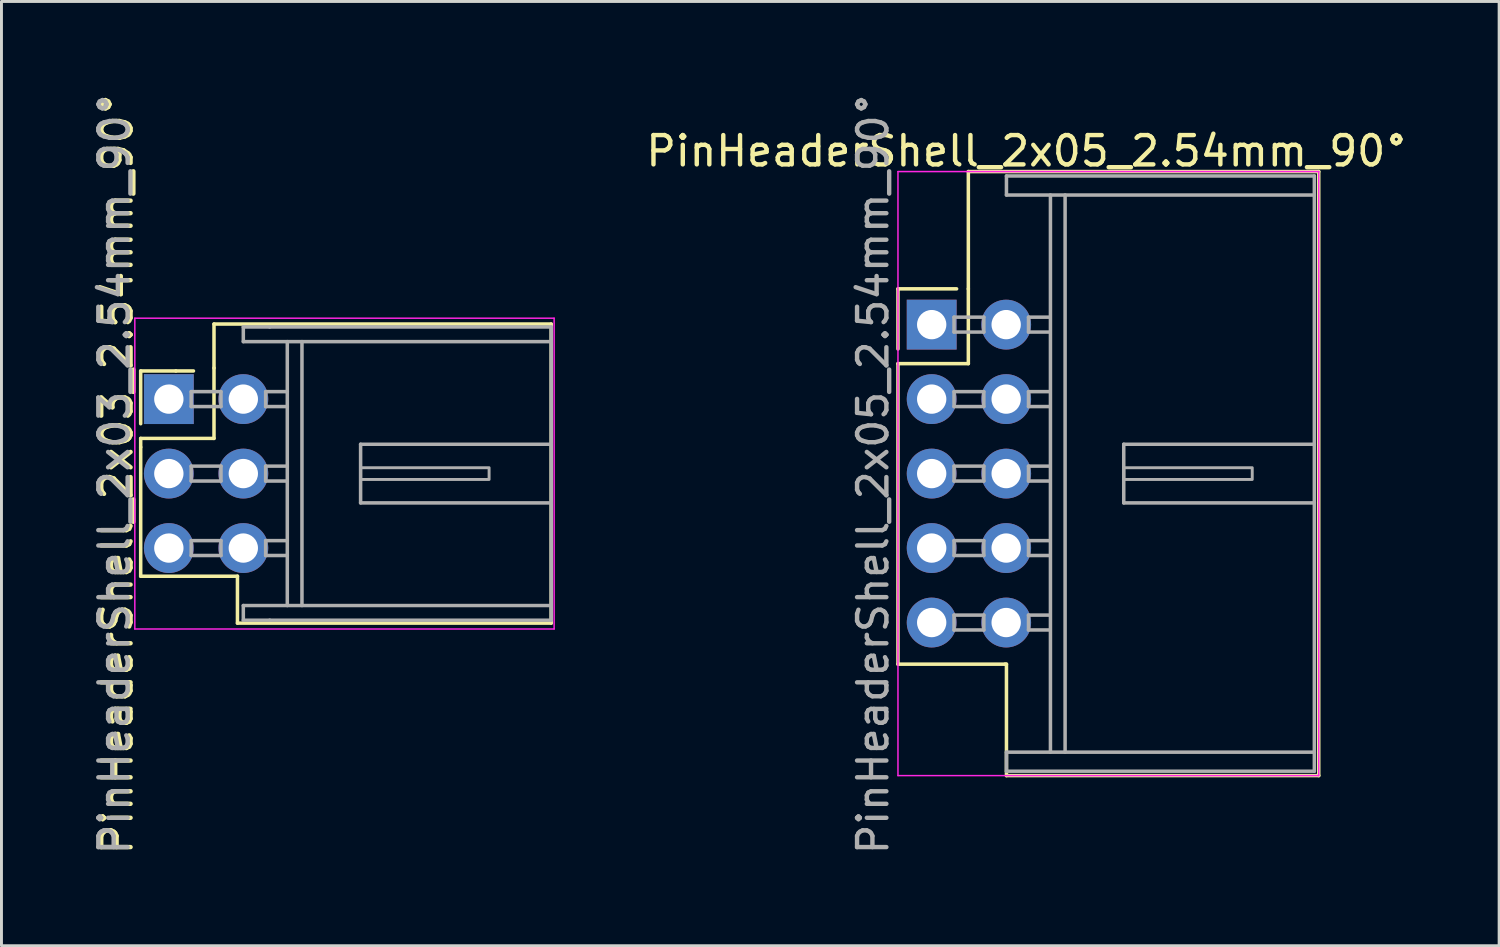
<source format=kicad_pcb>
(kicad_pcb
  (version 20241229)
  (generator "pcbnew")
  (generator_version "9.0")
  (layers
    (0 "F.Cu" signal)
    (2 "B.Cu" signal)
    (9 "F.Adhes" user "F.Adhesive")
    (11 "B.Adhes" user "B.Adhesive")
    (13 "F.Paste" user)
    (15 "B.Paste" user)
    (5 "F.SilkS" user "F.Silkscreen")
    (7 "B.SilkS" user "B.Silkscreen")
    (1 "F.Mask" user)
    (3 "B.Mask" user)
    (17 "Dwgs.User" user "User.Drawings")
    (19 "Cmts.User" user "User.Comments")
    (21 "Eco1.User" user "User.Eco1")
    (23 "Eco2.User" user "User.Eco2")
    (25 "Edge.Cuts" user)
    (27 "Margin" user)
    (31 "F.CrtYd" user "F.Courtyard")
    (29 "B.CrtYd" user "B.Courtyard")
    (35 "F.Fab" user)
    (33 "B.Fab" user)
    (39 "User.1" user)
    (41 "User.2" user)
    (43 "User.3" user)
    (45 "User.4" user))
  (footprint "PinHeaderShell_2x03_2.54mm_90°"
    (layer "F.Cu")
    (at 2.708 10.561)
    (property "Reference" "PinHeaderShell_2x03_2.54mm_90°" (at -1.76 2.54 90) (layer "F.SilkS") (effects (font (size 1 1) (thickness 0.15))))
    (attr through_hole)
    (fp_line (start -0.96 -0.96) (end -0.96 0.84) (stroke (width 0.12) (type solid)) (layer "F.SilkS"))
    (fp_line (start -0.96 1.34) (end -0.96 1.64) (stroke (width 0.12) (type solid)) (layer "F.SilkS"))
    (fp_line (start -0.96 1.64) (end -0.96 6.04) (stroke (width 0.12) (type solid)) (layer "F.SilkS"))
    (fp_line (start -0.96 6.04) (end 2.34 6.04) (stroke (width 0.12) (type solid)) (layer "F.SilkS"))
    (fp_line (start 0.24 -0.96) (end -0.96 -0.96) (stroke (width 0.12) (type solid)) (layer "F.SilkS"))
    (fp_line (start 0.24 -0.96) (end 0.84 -0.96) (stroke (width 0.12) (type solid)) (layer "F.SilkS"))
    (fp_line (start 1.54 -2.56) (end 1.54 -1.06) (stroke (width 0.12) (type solid)) (layer "F.SilkS"))
    (fp_line (start 1.54 -1.06) (end 1.54 1.34) (stroke (width 0.12) (type solid)) (layer "F.SilkS"))
    (fp_line (start 1.54 1.34) (end -0.96 1.34) (stroke (width 0.12) (type solid)) (layer "F.SilkS"))
    (fp_line (start 2.34 6.04) (end 2.34 7.64) (stroke (width 0.12) (type solid)) (layer "F.SilkS"))
    (fp_line (start 2.34 7.64) (end 13.04 7.64) (stroke (width 0.12) (type solid)) (layer "F.SilkS"))
    (fp_line (start 13.04 -2.56) (end 1.54 -2.56) (stroke (width 0.12) (type solid)) (layer "F.SilkS"))
    (fp_line (start 13.04 7.64) (end 13.04 -2.56) (stroke (width 0.12) (type solid)) (layer "F.SilkS"))
    (fp_line (start -1.16 -2.76) (end -1.16 7.84) (stroke (width 0.05) (type solid)) (layer "F.CrtYd"))
    (fp_line (start -1.16 7.84) (end 13.14 7.84) (stroke (width 0.05) (type solid)) (layer "F.CrtYd"))
    (fp_line (start 13.14 -2.76) (end -1.16 -2.76) (stroke (width 0.05) (type solid)) (layer "F.CrtYd"))
    (fp_line (start 13.14 7.84) (end 13.14 -2.76) (stroke (width 0.05) (type solid)) (layer "F.CrtYd"))
    (fp_line (start 0.762 -0.254) (end 0.762 0.254) (stroke (width 0.12) (type solid)) (layer "F.Fab"))
    (fp_line (start 0.762 0.254) (end 1.778 0.254) (stroke (width 0.12) (type solid)) (layer "F.Fab"))
    (fp_line (start 0.762 2.286) (end 0.762 2.794) (stroke (width 0.12) (type solid)) (layer "F.Fab"))
    (fp_line (start 0.762 2.794) (end 1.778 2.794) (stroke (width 0.12) (type solid)) (layer "F.Fab"))
    (fp_line (start 0.762 4.826) (end 0.762 5.334) (stroke (width 0.12) (type solid)) (layer "F.Fab"))
    (fp_line (start 0.762 5.334) (end 1.778 5.334) (stroke (width 0.12) (type solid)) (layer "F.Fab"))
    (fp_line (start 1.778 -0.254) (end 0.762 -0.254) (stroke (width 0.12) (type solid)) (layer "F.Fab"))
    (fp_line (start 1.778 0.254) (end 1.778 -0.254) (stroke (width 0.12) (type solid)) (layer "F.Fab"))
    (fp_line (start 1.778 2.286) (end 0.762 2.286) (stroke (width 0.12) (type solid)) (layer "F.Fab"))
    (fp_line (start 1.778 2.794) (end 1.778 2.286) (stroke (width 0.12) (type solid)) (layer "F.Fab"))
    (fp_line (start 1.778 4.826) (end 0.762 4.826) (stroke (width 0.12) (type solid)) (layer "F.Fab"))
    (fp_line (start 1.778 5.334) (end 1.778 4.826) (stroke (width 0.12) (type solid)) (layer "F.Fab"))
    (fp_line (start 2.54 -2.46) (end 3.44 -2.46) (stroke (width 0.12) (type solid)) (layer "F.Fab"))
    (fp_line (start 2.54 -1.96) (end 2.54 -2.46) (stroke (width 0.12) (type solid)) (layer "F.Fab"))
    (fp_line (start 2.54 7.04) (end 2.54 7.54) (stroke (width 0.12) (type solid)) (layer "F.Fab"))
    (fp_line (start 2.54 7.04) (end 13.04 7.04) (stroke (width 0.12) (type solid)) (layer "F.Fab"))
    (fp_line (start 2.54 7.54) (end 3.44 7.54) (stroke (width 0.12) (type solid)) (layer "F.Fab"))
    (fp_line (start 3.302 -0.254) (end 3.302 0.254) (stroke (width 0.12) (type solid)) (layer "F.Fab"))
    (fp_line (start 3.302 0.254) (end 4.04 0.254) (stroke (width 0.12) (type solid)) (layer "F.Fab"))
    (fp_line (start 3.302 2.286) (end 3.302 2.794) (stroke (width 0.12) (type solid)) (layer "F.Fab"))
    (fp_line (start 3.302 2.794) (end 4.04 2.794) (stroke (width 0.12) (type solid)) (layer "F.Fab"))
    (fp_line (start 3.302 4.826) (end 3.302 5.334) (stroke (width 0.12) (type solid)) (layer "F.Fab"))
    (fp_line (start 3.302 5.334) (end 4.04 5.334) (stroke (width 0.12) (type solid)) (layer "F.Fab"))
    (fp_line (start 3.44 -2.46) (end 13.04 -2.46) (stroke (width 0.12) (type solid)) (layer "F.Fab"))
    (fp_line (start 4.04 -0.254) (end 3.302 -0.254) (stroke (width 0.12) (type solid)) (layer "F.Fab"))
    (fp_line (start 4.04 2.286) (end 3.302 2.286) (stroke (width 0.12) (type solid)) (layer "F.Fab"))
    (fp_line (start 4.04 4.826) (end 3.302 4.826) (stroke (width 0.12) (type solid)) (layer "F.Fab"))
    (fp_line (start 4.04 7.04) (end 4.04 -1.96) (stroke (width 0.12) (type solid)) (layer "F.Fab"))
    (fp_line (start 4.54 -1.96) (end 4.54 7.04) (stroke (width 0.12) (type solid)) (layer "F.Fab"))
    (fp_line (start 6.54 1.54) (end 6.54 3.54) (stroke (width 0.12) (type solid)) (layer "F.Fab"))
    (fp_line (start 6.54 3.54) (end 13.04 3.54) (stroke (width 0.12) (type solid)) (layer "F.Fab"))
    (fp_line (start 13.04 -2.46) (end 13.04 7.54) (stroke (width 0.12) (type solid)) (layer "F.Fab"))
    (fp_line (start 13.04 -1.96) (end 2.54 -1.96) (stroke (width 0.12) (type solid)) (layer "F.Fab"))
    (fp_line (start 13.04 1.54) (end 6.54 1.54) (stroke (width 0.12) (type solid)) (layer "F.Fab"))
    (fp_line (start 13.04 7.54) (end 3.44 7.54) (stroke (width 0.12) (type solid)) (layer "F.Fab"))
    (fp_poly (pts (xy 10.922 2.74) (xy 6.54 2.74) (xy 6.54 2.34) (xy 10.922 2.34)) (stroke (width 0.1) (type solid)) (fill no) (layer "F.Fab"))
    (fp_text user "${REFERENCE}" (at -1.86 2.54 90) (layer "F.Fab") (effects (font (size 1 1) (thickness 0.15))))
    (pad "1" thru_hole rect (at 0 0) (size 1.7 1.7) (drill 1) (layers "*.Cu" "*.Mask"))
    (pad "2" thru_hole oval (at 2.54 0) (size 1.7 1.7) (drill 1) (layers "*.Cu" "*.Mask"))
    (pad "3" thru_hole oval (at 0 2.54) (size 1.7 1.7) (drill 1) (layers "*.Cu" "*.Mask"))
    (pad "4" thru_hole oval (at 2.54 2.54) (size 1.7 1.7) (drill 1) (layers "*.Cu" "*.Mask"))
    (pad "5" thru_hole oval (at 0 5.08) (size 1.7 1.7) (drill 1) (layers "*.Cu" "*.Mask"))
    (pad "6" thru_hole oval (at 2.54 5.08) (size 1.7 1.7) (drill 1) (layers "*.Cu" "*.Mask")))
  (footprint "PinHeaderShell_2x05_2.54mm_90°"
    (layer "F.Cu")
    (at 28.724 13.101)
    (property "Reference" "PinHeaderShell_2x05_2.54mm_90°" (at 3.25 -11 180) (layer "F.SilkS") (effects (font (size 1 1) (thickness 0.15))))
    (attr through_hole)
    (fp_line (start -1.15 -6.3) (end -1.15 -4.25) (stroke (width 0.12) (type solid)) (layer "F.SilkS"))
    (fp_line (start -1.15 -3.75) (end -1.15 6.5) (stroke (width 0.12) (type solid)) (layer "F.SilkS"))
    (fp_line (start -1.15 6.5) (end 2.5 6.5) (stroke (width 0.12) (type solid)) (layer "F.SilkS"))
    (fp_line (start 0.85 -6.3) (end -1.15 -6.3) (stroke (width 0.12) (type solid)) (layer "F.SilkS"))
    (fp_line (start 1.25 -10.3) (end 1.25 -6.3) (stroke (width 0.12) (type solid)) (layer "F.SilkS"))
    (fp_line (start 1.25 -6.3) (end 1.25 -3.75) (stroke (width 0.12) (type solid)) (layer "F.SilkS"))
    (fp_line (start 1.25 -3.75) (end -1.15 -3.75) (stroke (width 0.12) (type solid)) (layer "F.SilkS"))
    (fp_line (start 2.5 6.5) (end 2.55 6.5) (stroke (width 0.12) (type solid)) (layer "F.SilkS"))
    (fp_line (start 2.55 6.5) (end 2.55 10.3) (stroke (width 0.12) (type solid)) (layer "F.SilkS"))
    (fp_line (start 2.55 10.3) (end 13.2 10.3) (stroke (width 0.12) (type solid)) (layer "F.SilkS"))
    (fp_line (start 13.2 -10.3) (end 1.25 -10.3) (stroke (width 0.12) (type solid)) (layer "F.SilkS"))
    (fp_line (start 13.2 10.3) (end 13.2 -10.3) (stroke (width 0.12) (type solid)) (layer "F.SilkS"))
    (fp_line (start -1.15 -10.3) (end -1.15 10.3) (stroke (width 0.05) (type solid)) (layer "F.CrtYd"))
    (fp_line (start -1.15 10.3) (end 13.2 10.3) (stroke (width 0.05) (type solid)) (layer "F.CrtYd"))
    (fp_line (start 13.2 -10.3) (end -1.15 -10.3) (stroke (width 0.05) (type solid)) (layer "F.CrtYd"))
    (fp_line (start 13.2 10.3) (end 13.2 -10.3) (stroke (width 0.05) (type solid)) (layer "F.CrtYd"))
    (fp_line (start 0.762 -5.334) (end 0.762 -4.826) (stroke (width 0.12) (type solid)) (layer "F.Fab"))
    (fp_line (start 0.762 -4.826) (end 1.778 -4.826) (stroke (width 0.12) (type solid)) (layer "F.Fab"))
    (fp_line (start 0.762 -2.794) (end 0.762 -2.286) (stroke (width 0.12) (type solid)) (layer "F.Fab"))
    (fp_line (start 0.762 -2.286) (end 1.778 -2.286) (stroke (width 0.12) (type solid)) (layer "F.Fab"))
    (fp_line (start 0.762 -0.254) (end 0.762 0.254) (stroke (width 0.12) (type solid)) (layer "F.Fab"))
    (fp_line (start 0.762 0.254) (end 1.778 0.254) (stroke (width 0.12) (type solid)) (layer "F.Fab"))
    (fp_line (start 0.762 2.286) (end 0.762 2.794) (stroke (width 0.12) (type solid)) (layer "F.Fab"))
    (fp_line (start 0.762 2.794) (end 1.778 2.794) (stroke (width 0.12) (type solid)) (layer "F.Fab"))
    (fp_line (start 0.762 4.826) (end 0.762 5.334) (stroke (width 0.12) (type solid)) (layer "F.Fab"))
    (fp_line (start 0.762 5.334) (end 1.778 5.334) (stroke (width 0.12) (type solid)) (layer "F.Fab"))
    (fp_line (start 1.778 -5.334) (end 0.762 -5.334) (stroke (width 0.12) (type solid)) (layer "F.Fab"))
    (fp_line (start 1.778 -4.826) (end 1.778 -5.334) (stroke (width 0.12) (type solid)) (layer "F.Fab"))
    (fp_line (start 1.778 -2.794) (end 0.762 -2.794) (stroke (width 0.12) (type solid)) (layer "F.Fab"))
    (fp_line (start 1.778 -2.286) (end 1.778 -2.794) (stroke (width 0.12) (type solid)) (layer "F.Fab"))
    (fp_line (start 1.778 -0.254) (end 0.762 -0.254) (stroke (width 0.12) (type solid)) (layer "F.Fab"))
    (fp_line (start 1.778 0.254) (end 1.778 -0.254) (stroke (width 0.12) (type solid)) (layer "F.Fab"))
    (fp_line (start 1.778 2.286) (end 0.762 2.286) (stroke (width 0.12) (type solid)) (layer "F.Fab"))
    (fp_line (start 1.778 2.794) (end 1.778 2.286) (stroke (width 0.12) (type solid)) (layer "F.Fab"))
    (fp_line (start 1.778 4.826) (end 0.762 4.826) (stroke (width 0.12) (type solid)) (layer "F.Fab"))
    (fp_line (start 1.778 5.334) (end 1.778 4.826) (stroke (width 0.12) (type solid)) (layer "F.Fab"))
    (fp_line (start 2.55 -10.15) (end 13.05 -10.15) (stroke (width 0.12) (type solid)) (layer "F.Fab"))
    (fp_line (start 2.55 -9.5) (end 2.55 -10.15) (stroke (width 0.12) (type solid)) (layer "F.Fab"))
    (fp_line (start 2.55 9.5) (end 2.55 10.15) (stroke (width 0.12) (type solid)) (layer "F.Fab"))
    (fp_line (start 2.55 9.5) (end 13.05 9.5) (stroke (width 0.12) (type solid)) (layer "F.Fab"))
    (fp_line (start 3.302 -5.334) (end 3.302 -4.826) (stroke (width 0.12) (type solid)) (layer "F.Fab"))
    (fp_line (start 3.302 -4.826) (end 4.04 -4.826) (stroke (width 0.12) (type solid)) (layer "F.Fab"))
    (fp_line (start 3.302 -2.794) (end 3.302 -2.286) (stroke (width 0.12) (type solid)) (layer "F.Fab"))
    (fp_line (start 3.302 -2.286) (end 4.04 -2.286) (stroke (width 0.12) (type solid)) (layer "F.Fab"))
    (fp_line (start 3.302 -0.254) (end 3.302 0.254) (stroke (width 0.12) (type solid)) (layer "F.Fab"))
    (fp_line (start 3.302 0.254) (end 4.04 0.254) (stroke (width 0.12) (type solid)) (layer "F.Fab"))
    (fp_line (start 3.302 2.286) (end 3.302 2.794) (stroke (width 0.12) (type solid)) (layer "F.Fab"))
    (fp_line (start 3.302 2.794) (end 4.04 2.794) (stroke (width 0.12) (type solid)) (layer "F.Fab"))
    (fp_line (start 3.302 4.826) (end 3.302 5.334) (stroke (width 0.12) (type solid)) (layer "F.Fab"))
    (fp_line (start 3.302 5.334) (end 4.04 5.334) (stroke (width 0.12) (type solid)) (layer "F.Fab"))
    (fp_line (start 4.04 -5.334) (end 3.302 -5.334) (stroke (width 0.12) (type solid)) (layer "F.Fab"))
    (fp_line (start 4.04 -2.794) (end 3.302 -2.794) (stroke (width 0.12) (type solid)) (layer "F.Fab"))
    (fp_line (start 4.04 -0.254) (end 3.302 -0.254) (stroke (width 0.12) (type solid)) (layer "F.Fab"))
    (fp_line (start 4.04 2.286) (end 3.302 2.286) (stroke (width 0.12) (type solid)) (layer "F.Fab"))
    (fp_line (start 4.04 4.826) (end 3.302 4.826) (stroke (width 0.12) (type solid)) (layer "F.Fab"))
    (fp_line (start 4.05 9.5) (end 4.05 -9.5) (stroke (width 0.12) (type solid)) (layer "F.Fab"))
    (fp_line (start 4.55 -9.5) (end 4.55 9.5) (stroke (width 0.12) (type solid)) (layer "F.Fab"))
    (fp_line (start 6.55 -1) (end 6.55 1) (stroke (width 0.12) (type solid)) (layer "F.Fab"))
    (fp_line (start 6.55 1) (end 13.05 1) (stroke (width 0.12) (type solid)) (layer "F.Fab"))
    (fp_line (start 13.05 -10.15) (end 13.05 10.15) (stroke (width 0.12) (type solid)) (layer "F.Fab"))
    (fp_line (start 13.05 -9.5) (end 2.55 -9.5) (stroke (width 0.12) (type solid)) (layer "F.Fab"))
    (fp_line (start 13.05 -1) (end 6.55 -1) (stroke (width 0.12) (type solid)) (layer "F.Fab"))
    (fp_line (start 13.05 10.15) (end 2.55 10.15) (stroke (width 0.12) (type solid)) (layer "F.Fab"))
    (fp_poly (pts (xy 10.932 0.2) (xy 6.55 0.2) (xy 6.55 -0.2) (xy 10.932 -0.2)) (stroke (width 0.1) (type solid)) (fill no) (layer "F.Fab"))
    (fp_text user "${REFERENCE}" (at -2 0 90) (layer "F.Fab") (effects (font (size 1 1) (thickness 0.15))))
    (pad "1" thru_hole rect (at 0 -5.08) (size 1.7 1.7) (drill 1) (layers "*.Cu" "*.Mask"))
    (pad "2" thru_hole oval (at 2.54 -5.08) (size 1.7 1.7) (drill 1) (layers "*.Cu" "*.Mask"))
    (pad "3" thru_hole oval (at 0 -2.54) (size 1.7 1.7) (drill 1) (layers "*.Cu" "*.Mask"))
    (pad "4" thru_hole oval (at 2.54 -2.54) (size 1.7 1.7) (drill 1) (layers "*.Cu" "*.Mask"))
    (pad "5" thru_hole oval (at 0 0) (size 1.7 1.7) (drill 1) (layers "*.Cu" "*.Mask"))
    (pad "6" thru_hole oval (at 2.54 0) (size 1.7 1.7) (drill 1) (layers "*.Cu" "*.Mask"))
    (pad "7" thru_hole oval (at 0 2.54) (size 1.7 1.7) (drill 1) (layers "*.Cu" "*.Mask"))
    (pad "8" thru_hole oval (at 2.54 2.54) (size 1.7 1.7) (drill 1) (layers "*.Cu" "*.Mask"))
    (pad "9" thru_hole oval (at 0 5.08) (size 1.7 1.7) (drill 1) (layers "*.Cu" "*.Mask"))
    (pad "10" thru_hole oval (at 2.54 5.08) (size 1.7 1.7) (drill 1) (layers "*.Cu" "*.Mask")))
  (gr_rect
    (start -3 -3)
    (end 48.076 29.202)
    (stroke (width 0.1) (type default))
    (fill no)
    (layer "Edge.Cuts")))
</source>
